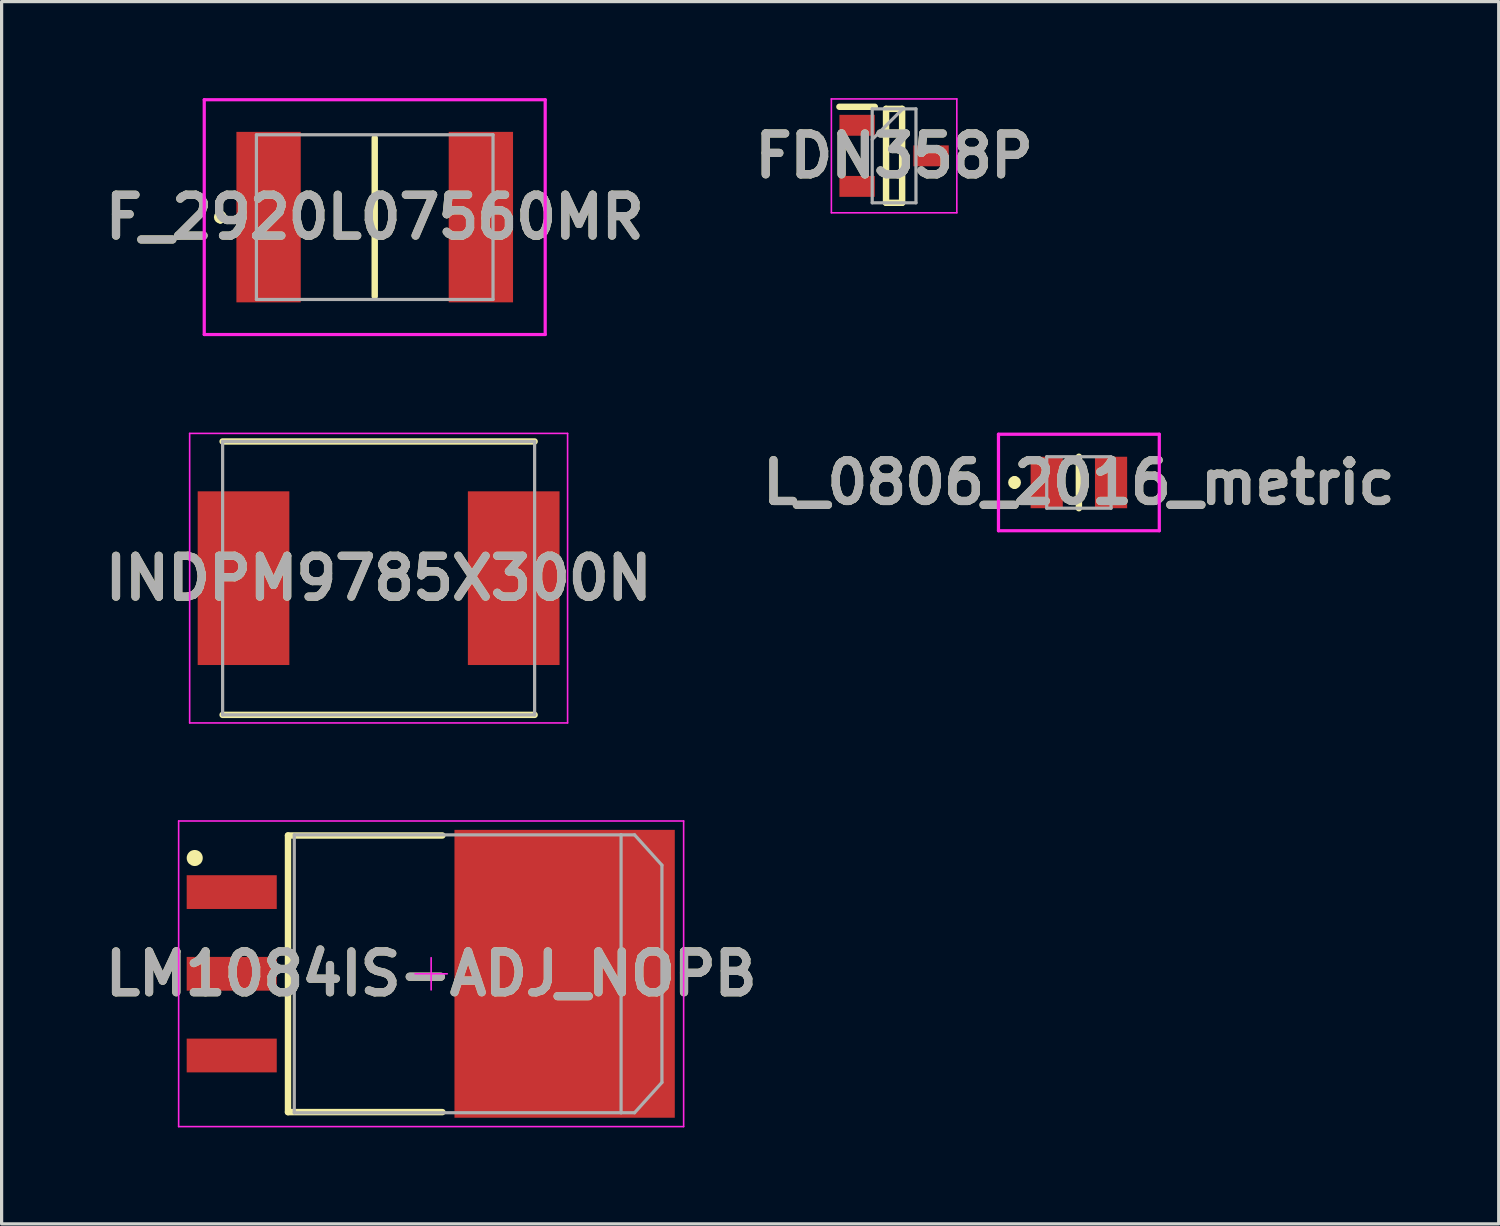
<source format=kicad_pcb>
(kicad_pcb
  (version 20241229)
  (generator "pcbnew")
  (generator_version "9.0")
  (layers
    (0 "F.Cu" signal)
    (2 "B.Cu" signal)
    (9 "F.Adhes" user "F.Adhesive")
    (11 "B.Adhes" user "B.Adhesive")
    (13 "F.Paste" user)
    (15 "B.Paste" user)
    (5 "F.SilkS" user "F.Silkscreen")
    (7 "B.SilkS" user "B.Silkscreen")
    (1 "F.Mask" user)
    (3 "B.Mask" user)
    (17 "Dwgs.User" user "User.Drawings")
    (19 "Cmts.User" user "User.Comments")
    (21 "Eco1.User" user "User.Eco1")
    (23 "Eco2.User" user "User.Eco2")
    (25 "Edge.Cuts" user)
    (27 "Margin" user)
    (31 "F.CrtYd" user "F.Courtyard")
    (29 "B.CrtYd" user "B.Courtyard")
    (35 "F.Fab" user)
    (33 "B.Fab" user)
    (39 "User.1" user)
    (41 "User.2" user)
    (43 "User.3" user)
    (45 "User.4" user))
  (footprint "F_2920L07560MR"
    (layer "F.Cu")
    (at 8.6 3.7)
    (property "Reference" "F_2920L07560MR" (at 0 0 0) (layer "F.SilkS") (effects (font (size 1.27 1.27) (thickness 0.254))))
    (attr smd)
    (fp_line (start -4.8 -0.1) (end -4.8 -0.1) (stroke (width 0.2) (type solid)) (layer "F.SilkS"))
    (fp_line (start -4.8 0.1) (end -4.8 0.1) (stroke (width 0.2) (type solid)) (layer "F.SilkS"))
    (fp_line (start 0 -2.46) (end 0 2.46) (stroke (width 0.2) (type solid)) (layer "F.SilkS"))
    (fp_arc (start -4.8 -0.1) (mid -4.7 0) (end -4.8 0.1) (stroke (width 0.2) (type solid)) (layer "F.SilkS"))
    (fp_arc (start -4.8 0.1) (mid -4.9 0) (end -4.8 -0.1) (stroke (width 0.2) (type solid)) (layer "F.SilkS"))
    (fp_line (start -5.3 -3.65) (end 5.3 -3.65) (stroke (width 0.1) (type solid)) (layer "F.CrtYd"))
    (fp_line (start -5.3 3.65) (end -5.3 -3.65) (stroke (width 0.1) (type solid)) (layer "F.CrtYd"))
    (fp_line (start 5.3 -3.65) (end 5.3 3.65) (stroke (width 0.1) (type solid)) (layer "F.CrtYd"))
    (fp_line (start 5.3 3.65) (end -5.3 3.65) (stroke (width 0.1) (type solid)) (layer "F.CrtYd"))
    (fp_line (start -3.678 -2.56) (end 3.678 -2.56) (stroke (width 0.1) (type solid)) (layer "F.Fab"))
    (fp_line (start -3.678 2.56) (end -3.678 -2.56) (stroke (width 0.1) (type solid)) (layer "F.Fab"))
    (fp_line (start 3.678 -2.56) (end 3.678 2.56) (stroke (width 0.1) (type solid)) (layer "F.Fab"))
    (fp_line (start 3.678 2.56) (end -3.678 2.56) (stroke (width 0.1) (type solid)) (layer "F.Fab"))
    (fp_text user "${REFERENCE}" (at 0 0 0) (layer "F.Fab") (effects (font (size 1.27 1.27) (thickness 0.254))))
    (pad "1" smd rect (at -3.3 0) (size 2 5.3) (layers "F.Cu" "F.Mask" "F.Paste"))
    (pad "2" smd rect (at 3.3 0) (size 2 5.3) (layers "F.Cu" "F.Mask" "F.Paste")))
  (footprint "LM1084IS-ADJ_NOPB"
    (layer "F.Cu")
    (at 10.354 27.225)
    (property "Reference" "LM1084IS-ADJ_NOPB" (at 0 0 0) (layer "F.SilkS") (effects (font (size 1.27 1.27) (thickness 0.254))))
    (attr smd)
    (fp_line (start -4.45 -4.3) (end 0.35 -4.3) (stroke (width 0.2) (type solid)) (layer "F.SilkS"))
    (fp_line (start -4.45 4.3) (end -4.45 -4.3) (stroke (width 0.2) (type solid)) (layer "F.SilkS"))
    (fp_line (start 0.35 4.3) (end -4.45 4.3) (stroke (width 0.2) (type solid)) (layer "F.SilkS"))
    (fp_circle (center -7.35 -3.6) (end -7.35 -3.475) (stroke (width 0.25) (type solid)) (fill no) (layer "F.SilkS"))
    (fp_line (start -7.85 -4.75) (end -7.85 4.75) (stroke (width 0.05) (type solid)) (layer "F.CrtYd"))
    (fp_line (start -7.85 4.75) (end 7.85 4.75) (stroke (width 0.05) (type solid)) (layer "F.CrtYd"))
    (fp_line (start -4.38 -4.445) (end -4.38 4.445) (stroke (width 0.001) (type solid)) (layer "F.CrtYd"))
    (fp_line (start -4.38 4.445) (end 6.03 4.445) (stroke (width 0.001) (type solid)) (layer "F.CrtYd"))
    (fp_line (start -0.5 0) (end 0.5 0) (stroke (width 0.05) (type solid)) (layer "F.CrtYd"))
    (fp_line (start 0 0.5) (end 0 -0.5) (stroke (width 0.05) (type solid)) (layer "F.CrtYd"))
    (fp_line (start 6.03 -4.445) (end -4.38 -4.445) (stroke (width 0.001) (type solid)) (layer "F.CrtYd"))
    (fp_line (start 6.03 4.445) (end 6.03 -4.445) (stroke (width 0.001) (type solid)) (layer "F.CrtYd"))
    (fp_line (start 7.85 -4.75) (end -7.85 -4.75) (stroke (width 0.05) (type solid)) (layer "F.CrtYd"))
    (fp_line (start 7.85 4.75) (end 7.85 -4.75) (stroke (width 0.05) (type solid)) (layer "F.CrtYd"))
    (fp_line (start -4.255 -4.32) (end -4.255 4.32) (stroke (width 0.1) (type solid)) (layer "F.Fab"))
    (fp_line (start -4.255 4.32) (end 5.905 4.32) (stroke (width 0.1) (type solid)) (layer "F.Fab"))
    (fp_line (start 5.905 -4.32) (end -4.255 -4.32) (stroke (width 0.1) (type solid)) (layer "F.Fab"))
    (fp_line (start 5.905 4.32) (end 5.905 -4.32) (stroke (width 0.1) (type solid)) (layer "F.Fab"))
    (fp_line (start 5.905 4.32) (end 6.324 4.32) (stroke (width 0.1) (type solid)) (layer "F.Fab"))
    (fp_line (start 6.324 -4.32) (end 5.905 -4.32) (stroke (width 0.1) (type solid)) (layer "F.Fab"))
    (fp_line (start 6.324 4.32) (end 7.175 3.377) (stroke (width 0.1) (type solid)) (layer "F.Fab"))
    (fp_line (start 7.175 -3.377) (end 6.324 -4.32) (stroke (width 0.1) (type solid)) (layer "F.Fab"))
    (fp_line (start 7.175 3.377) (end 7.175 -3.377) (stroke (width 0.1) (type solid)) (layer "F.Fab"))
    (fp_text user "${REFERENCE}" (at 0 0 0) (layer "F.Fab") (effects (font (size 1.27 1.27) (thickness 0.254))))
    (pad "1" smd rect (at -6.2 -2.54 90) (size 1.05 2.8) (layers "F.Cu" "F.Mask" "F.Paste"))
    (pad "2" smd rect (at -6.2 0 90) (size 1.05 2.8) (layers "F.Cu" "F.Mask" "F.Paste"))
    (pad "3" smd rect (at -6.2 2.54 90) (size 1.05 2.8) (layers "F.Cu" "F.Mask" "F.Paste"))
    (pad "4" smd rect (at 4.15 0) (size 6.85 8.95) (layers "F.Cu" "F.Mask" "F.Paste")))
  (footprint "INDPM9785X300N"
    (layer "F.Cu")
    (at 8.721 14.925)
    (property "Reference" "INDPM9785X300N" (at 0 0 0) (layer "F.SilkS") (effects (font (size 1.27 1.27) (thickness 0.254))))
    (attr smd)
    (fp_line (start -4.85 4.25) (end 4.85 4.25) (stroke (width 0.2) (type solid)) (layer "F.SilkS"))
    (fp_line (start 4.85 -4.25) (end -4.85 -4.25) (stroke (width 0.2) (type solid)) (layer "F.SilkS"))
    (fp_line (start -5.875 -4.5) (end 5.875 -4.5) (stroke (width 0.05) (type solid)) (layer "F.CrtYd"))
    (fp_line (start -5.875 4.5) (end -5.875 -4.5) (stroke (width 0.05) (type solid)) (layer "F.CrtYd"))
    (fp_line (start 5.875 -4.5) (end 5.875 4.5) (stroke (width 0.05) (type solid)) (layer "F.CrtYd"))
    (fp_line (start 5.875 4.5) (end -5.875 4.5) (stroke (width 0.05) (type solid)) (layer "F.CrtYd"))
    (fp_line (start -4.85 -4.25) (end 4.85 -4.25) (stroke (width 0.1) (type solid)) (layer "F.Fab"))
    (fp_line (start -4.85 4.25) (end -4.85 -4.25) (stroke (width 0.1) (type solid)) (layer "F.Fab"))
    (fp_line (start 4.85 -4.25) (end 4.85 4.25) (stroke (width 0.1) (type solid)) (layer "F.Fab"))
    (fp_line (start 4.85 4.25) (end -4.85 4.25) (stroke (width 0.1) (type solid)) (layer "F.Fab"))
    (fp_text user "${REFERENCE}" (at 0 0 0) (layer "F.Fab") (effects (font (size 1.27 1.27) (thickness 0.254))))
    (pad "1" smd rect (at -4.2 0) (size 2.85 5.4) (layers "F.Cu" "F.Mask" "F.Paste"))
    (pad "2" smd rect (at 4.2 0) (size 2.85 5.4) (layers "F.Cu" "F.Mask" "F.Paste")))
  (footprint "FDN358P"
    (layer "F.Cu")
    (at 24.747 1.795)
    (property "Reference" "FDN358P" (at 0 0 0) (layer "F.SilkS") (effects (font (size 1.27 1.27) (thickness 0.254))))
    (attr smd)
    (fp_line (start -1.7 -1.525) (end -0.6 -1.525) (stroke (width 0.2) (type solid)) (layer "F.SilkS"))
    (fp_line (start -0.25 -1.46) (end 0.25 -1.46) (stroke (width 0.2) (type solid)) (layer "F.SilkS"))
    (fp_line (start -0.25 1.46) (end -0.25 -1.46) (stroke (width 0.2) (type solid)) (layer "F.SilkS"))
    (fp_line (start 0.25 -1.46) (end 0.25 1.46) (stroke (width 0.2) (type solid)) (layer "F.SilkS"))
    (fp_line (start 0.25 1.46) (end -0.25 1.46) (stroke (width 0.2) (type solid)) (layer "F.SilkS"))
    (fp_line (start -1.95 -1.77) (end 1.95 -1.77) (stroke (width 0.05) (type solid)) (layer "F.CrtYd"))
    (fp_line (start -1.95 1.77) (end -1.95 -1.77) (stroke (width 0.05) (type solid)) (layer "F.CrtYd"))
    (fp_line (start 1.95 -1.77) (end 1.95 1.77) (stroke (width 0.05) (type solid)) (layer "F.CrtYd"))
    (fp_line (start 1.95 1.77) (end -1.95 1.77) (stroke (width 0.05) (type solid)) (layer "F.CrtYd"))
    (fp_line (start -0.68 -1.46) (end 0.68 -1.46) (stroke (width 0.1) (type solid)) (layer "F.Fab"))
    (fp_line (start -0.68 -0.51) (end 0.27 -1.46) (stroke (width 0.1) (type solid)) (layer "F.Fab"))
    (fp_line (start -0.68 1.46) (end -0.68 -1.46) (stroke (width 0.1) (type solid)) (layer "F.Fab"))
    (fp_line (start 0.68 -1.46) (end 0.68 1.46) (stroke (width 0.1) (type solid)) (layer "F.Fab"))
    (fp_line (start 0.68 1.46) (end -0.68 1.46) (stroke (width 0.1) (type solid)) (layer "F.Fab"))
    (fp_text user "${REFERENCE}" (at 0 0 0) (layer "F.Fab") (effects (font (size 1.27 1.27) (thickness 0.254))))
    (pad "1" smd rect (at -1.15 -0.95 90) (size 0.65 1.1) (layers "F.Cu" "F.Mask" "F.Paste"))
    (pad "2" smd rect (at -1.15 0.95 90) (size 0.65 1.1) (layers "F.Cu" "F.Mask" "F.Paste"))
    (pad "3" smd rect (at 1.15 0 90) (size 0.65 1.1) (layers "F.Cu" "F.Mask" "F.Paste")))
  (footprint "L_0806_2016_metric"
    (layer "F.Cu")
    (at 30.492 11.95)
    (property "Reference" "L_0806_2016_metric" (at 0 0 0) (layer "F.SilkS") (effects (font (size 1.27 1.27) (thickness 0.254))))
    (attr smd)
    (fp_line (start -2 -0.1) (end -2 -0.1) (stroke (width 0.2) (type solid)) (layer "F.SilkS"))
    (fp_line (start -2 0.1) (end -2 0.1) (stroke (width 0.2) (type solid)) (layer "F.SilkS"))
    (fp_line (start 0 -0.8) (end 0 0.8) (stroke (width 0.2) (type solid)) (layer "F.SilkS"))
    (fp_arc (start -2 -0.1) (mid -1.9 0) (end -2 0.1) (stroke (width 0.2) (type solid)) (layer "F.SilkS"))
    (fp_arc (start -2 0.1) (mid -2.1 0) (end -2 -0.1) (stroke (width 0.2) (type solid)) (layer "F.SilkS"))
    (fp_line (start -2.5 -1.5) (end 2.5 -1.5) (stroke (width 0.1) (type solid)) (layer "F.CrtYd"))
    (fp_line (start -2.5 1.5) (end -2.5 -1.5) (stroke (width 0.1) (type solid)) (layer "F.CrtYd"))
    (fp_line (start 2.5 -1.5) (end 2.5 1.5) (stroke (width 0.1) (type solid)) (layer "F.CrtYd"))
    (fp_line (start 2.5 1.5) (end -2.5 1.5) (stroke (width 0.1) (type solid)) (layer "F.CrtYd"))
    (fp_line (start -1 -0.8) (end 1 -0.8) (stroke (width 0.1) (type solid)) (layer "F.Fab"))
    (fp_line (start -1 0.8) (end -1 -0.8) (stroke (width 0.1) (type solid)) (layer "F.Fab"))
    (fp_line (start 1 -0.8) (end 1 0.8) (stroke (width 0.1) (type solid)) (layer "F.Fab"))
    (fp_line (start 1 0.8) (end -1 0.8) (stroke (width 0.1) (type solid)) (layer "F.Fab"))
    (fp_text user "${REFERENCE}" (at 0 0 0) (layer "F.Fab") (effects (font (size 1.27 1.27) (thickness 0.254))))
    (pad "1" smd rect (at -1 0) (size 1 1.6) (layers "F.Cu" "F.Mask" "F.Paste"))
    (pad "2" smd rect (at 1 0) (size 1 1.6) (layers "F.Cu" "F.Mask" "F.Paste")))
  (gr_rect
    (start -3 -3)
    (end 43.544 35)
    (stroke (width 0.1) (type default))
    (fill no)
    (layer "Edge.Cuts")))
</source>
